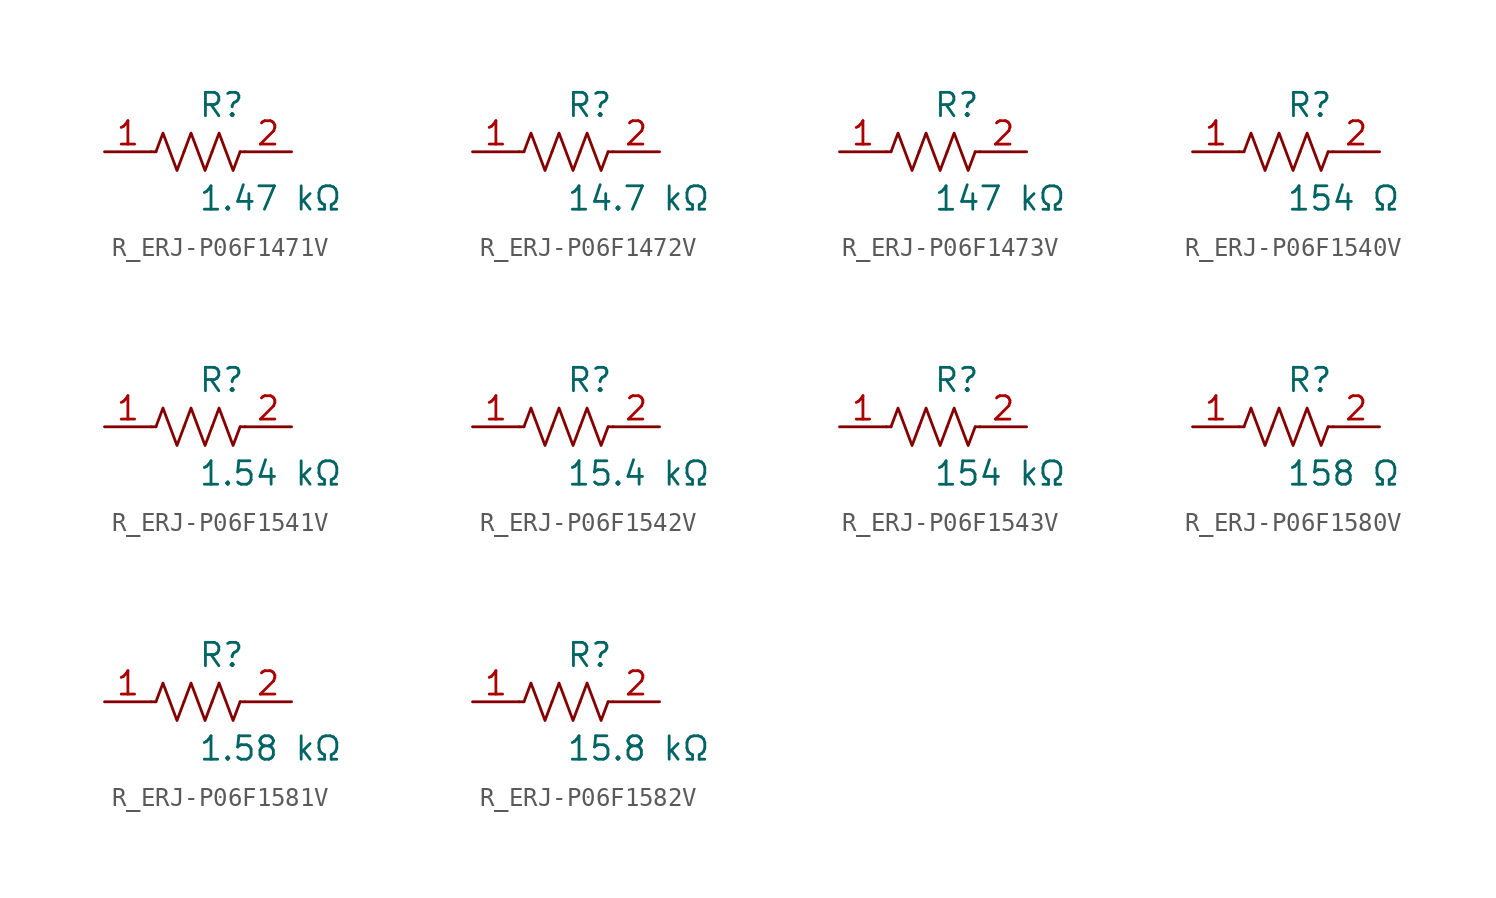
<source format=kicad_sym>
(kicad_symbol_lib
  (version 20231120)
  (generator kicad_symbol_editor)
  (generator_version 8.0)
  (symbol "R_ERJ-P06F1471V"
    (pin_names
      (offset 0.254))
    (property "Reference" "R"
      (at 0.0 2.54 0)
      (effects (font (size 1.27 1.27)) (justify left)))
    (property "Value" "1.47 kΩ"
      (at 0.0 -2.54 0)
      (effects (font (size 1.27 1.27)) (justify left)))
    (symbol "R_ERJ-P06F1471V_0_1"
      (polyline (pts (xy 2.286 0) (xy 2.54 0)) (stroke (width 0) (type default)) (fill (type none)))
      (polyline (pts (xy -2.286 0) (xy -2.54 0)) (stroke (width 0) (type default)) (fill (type none)))
      (polyline (pts (xy 0.762 0) (xy 1.143 1.016) (xy 1.524 0) (xy 1.905 -1.016) (xy 2.286 0)) (stroke (width 0) (type default)) (fill (type none)))
      (polyline (pts (xy -0.762 0) (xy -0.381 1.016) (xy 0 0) (xy 0.381 -1.016) (xy 0.762 0)) (stroke (width 0) (type default)) (fill (type none)))
      (polyline (pts (xy -2.286 0) (xy -1.905 1.016) (xy -1.524 0) (xy -1.143 -1.016) (xy -0.762 0)) (stroke (width 0) (type default)) (fill (type none))))
    (pin unspecified line
      (at -5.08 0 0)
      (length 2.54)
      (name "" (effects (font (size 1.27 1.27))))
      (number "1" (effects (font (size 1.27 1.27)))))
    (pin unspecified line
      (at 5.08 0 180)
      (length 2.54)
      (name "" (effects (font (size 1.27 1.27))))
      (number "2" (effects (font (size 1.27 1.27))))))
  (symbol "R_ERJ-P06F1472V"
    (pin_names
      (offset 0.254))
    (property "Reference" "R"
      (at 0.0 2.54 0)
      (effects (font (size 1.27 1.27)) (justify left)))
    (property "Value" "14.7 kΩ"
      (at 0.0 -2.54 0)
      (effects (font (size 1.27 1.27)) (justify left)))
    (symbol "R_ERJ-P06F1472V_0_1"
      (polyline (pts (xy 2.286 0) (xy 2.54 0)) (stroke (width 0) (type default)) (fill (type none)))
      (polyline (pts (xy -2.286 0) (xy -2.54 0)) (stroke (width 0) (type default)) (fill (type none)))
      (polyline (pts (xy 0.762 0) (xy 1.143 1.016) (xy 1.524 0) (xy 1.905 -1.016) (xy 2.286 0)) (stroke (width 0) (type default)) (fill (type none)))
      (polyline (pts (xy -0.762 0) (xy -0.381 1.016) (xy 0 0) (xy 0.381 -1.016) (xy 0.762 0)) (stroke (width 0) (type default)) (fill (type none)))
      (polyline (pts (xy -2.286 0) (xy -1.905 1.016) (xy -1.524 0) (xy -1.143 -1.016) (xy -0.762 0)) (stroke (width 0) (type default)) (fill (type none))))
    (pin unspecified line
      (at -5.08 0 0)
      (length 2.54)
      (name "" (effects (font (size 1.27 1.27))))
      (number "1" (effects (font (size 1.27 1.27)))))
    (pin unspecified line
      (at 5.08 0 180)
      (length 2.54)
      (name "" (effects (font (size 1.27 1.27))))
      (number "2" (effects (font (size 1.27 1.27))))))
  (symbol "R_ERJ-P06F1473V"
    (pin_names
      (offset 0.254))
    (property "Reference" "R"
      (at 0.0 2.54 0)
      (effects (font (size 1.27 1.27)) (justify left)))
    (property "Value" "147 kΩ"
      (at 0.0 -2.54 0)
      (effects (font (size 1.27 1.27)) (justify left)))
    (symbol "R_ERJ-P06F1473V_0_1"
      (polyline (pts (xy 2.286 0) (xy 2.54 0)) (stroke (width 0) (type default)) (fill (type none)))
      (polyline (pts (xy -2.286 0) (xy -2.54 0)) (stroke (width 0) (type default)) (fill (type none)))
      (polyline (pts (xy 0.762 0) (xy 1.143 1.016) (xy 1.524 0) (xy 1.905 -1.016) (xy 2.286 0)) (stroke (width 0) (type default)) (fill (type none)))
      (polyline (pts (xy -0.762 0) (xy -0.381 1.016) (xy 0 0) (xy 0.381 -1.016) (xy 0.762 0)) (stroke (width 0) (type default)) (fill (type none)))
      (polyline (pts (xy -2.286 0) (xy -1.905 1.016) (xy -1.524 0) (xy -1.143 -1.016) (xy -0.762 0)) (stroke (width 0) (type default)) (fill (type none))))
    (pin unspecified line
      (at -5.08 0 0)
      (length 2.54)
      (name "" (effects (font (size 1.27 1.27))))
      (number "1" (effects (font (size 1.27 1.27)))))
    (pin unspecified line
      (at 5.08 0 180)
      (length 2.54)
      (name "" (effects (font (size 1.27 1.27))))
      (number "2" (effects (font (size 1.27 1.27))))))
  (symbol "R_ERJ-P06F1540V"
    (pin_names
      (offset 0.254))
    (property "Reference" "R"
      (at 0.0 2.54 0)
      (effects (font (size 1.27 1.27)) (justify left)))
    (property "Value" "154 Ω"
      (at 0.0 -2.54 0)
      (effects (font (size 1.27 1.27)) (justify left)))
    (symbol "R_ERJ-P06F1540V_0_1"
      (polyline (pts (xy 2.286 0) (xy 2.54 0)) (stroke (width 0) (type default)) (fill (type none)))
      (polyline (pts (xy -2.286 0) (xy -2.54 0)) (stroke (width 0) (type default)) (fill (type none)))
      (polyline (pts (xy 0.762 0) (xy 1.143 1.016) (xy 1.524 0) (xy 1.905 -1.016) (xy 2.286 0)) (stroke (width 0) (type default)) (fill (type none)))
      (polyline (pts (xy -0.762 0) (xy -0.381 1.016) (xy 0 0) (xy 0.381 -1.016) (xy 0.762 0)) (stroke (width 0) (type default)) (fill (type none)))
      (polyline (pts (xy -2.286 0) (xy -1.905 1.016) (xy -1.524 0) (xy -1.143 -1.016) (xy -0.762 0)) (stroke (width 0) (type default)) (fill (type none))))
    (pin unspecified line
      (at -5.08 0 0)
      (length 2.54)
      (name "" (effects (font (size 1.27 1.27))))
      (number "1" (effects (font (size 1.27 1.27)))))
    (pin unspecified line
      (at 5.08 0 180)
      (length 2.54)
      (name "" (effects (font (size 1.27 1.27))))
      (number "2" (effects (font (size 1.27 1.27))))))
  (symbol "R_ERJ-P06F1541V"
    (pin_names
      (offset 0.254))
    (property "Reference" "R"
      (at 0.0 2.54 0)
      (effects (font (size 1.27 1.27)) (justify left)))
    (property "Value" "1.54 kΩ"
      (at 0.0 -2.54 0)
      (effects (font (size 1.27 1.27)) (justify left)))
    (symbol "R_ERJ-P06F1541V_0_1"
      (polyline (pts (xy 2.286 0) (xy 2.54 0)) (stroke (width 0) (type default)) (fill (type none)))
      (polyline (pts (xy -2.286 0) (xy -2.54 0)) (stroke (width 0) (type default)) (fill (type none)))
      (polyline (pts (xy 0.762 0) (xy 1.143 1.016) (xy 1.524 0) (xy 1.905 -1.016) (xy 2.286 0)) (stroke (width 0) (type default)) (fill (type none)))
      (polyline (pts (xy -0.762 0) (xy -0.381 1.016) (xy 0 0) (xy 0.381 -1.016) (xy 0.762 0)) (stroke (width 0) (type default)) (fill (type none)))
      (polyline (pts (xy -2.286 0) (xy -1.905 1.016) (xy -1.524 0) (xy -1.143 -1.016) (xy -0.762 0)) (stroke (width 0) (type default)) (fill (type none))))
    (pin unspecified line
      (at -5.08 0 0)
      (length 2.54)
      (name "" (effects (font (size 1.27 1.27))))
      (number "1" (effects (font (size 1.27 1.27)))))
    (pin unspecified line
      (at 5.08 0 180)
      (length 2.54)
      (name "" (effects (font (size 1.27 1.27))))
      (number "2" (effects (font (size 1.27 1.27))))))
  (symbol "R_ERJ-P06F1542V"
    (pin_names
      (offset 0.254))
    (property "Reference" "R"
      (at 0.0 2.54 0)
      (effects (font (size 1.27 1.27)) (justify left)))
    (property "Value" "15.4 kΩ"
      (at 0.0 -2.54 0)
      (effects (font (size 1.27 1.27)) (justify left)))
    (symbol "R_ERJ-P06F1542V_0_1"
      (polyline (pts (xy 2.286 0) (xy 2.54 0)) (stroke (width 0) (type default)) (fill (type none)))
      (polyline (pts (xy -2.286 0) (xy -2.54 0)) (stroke (width 0) (type default)) (fill (type none)))
      (polyline (pts (xy 0.762 0) (xy 1.143 1.016) (xy 1.524 0) (xy 1.905 -1.016) (xy 2.286 0)) (stroke (width 0) (type default)) (fill (type none)))
      (polyline (pts (xy -0.762 0) (xy -0.381 1.016) (xy 0 0) (xy 0.381 -1.016) (xy 0.762 0)) (stroke (width 0) (type default)) (fill (type none)))
      (polyline (pts (xy -2.286 0) (xy -1.905 1.016) (xy -1.524 0) (xy -1.143 -1.016) (xy -0.762 0)) (stroke (width 0) (type default)) (fill (type none))))
    (pin unspecified line
      (at -5.08 0 0)
      (length 2.54)
      (name "" (effects (font (size 1.27 1.27))))
      (number "1" (effects (font (size 1.27 1.27)))))
    (pin unspecified line
      (at 5.08 0 180)
      (length 2.54)
      (name "" (effects (font (size 1.27 1.27))))
      (number "2" (effects (font (size 1.27 1.27))))))
  (symbol "R_ERJ-P06F1543V"
    (pin_names
      (offset 0.254))
    (property "Reference" "R"
      (at 0.0 2.54 0)
      (effects (font (size 1.27 1.27)) (justify left)))
    (property "Value" "154 kΩ"
      (at 0.0 -2.54 0)
      (effects (font (size 1.27 1.27)) (justify left)))
    (symbol "R_ERJ-P06F1543V_0_1"
      (polyline (pts (xy 2.286 0) (xy 2.54 0)) (stroke (width 0) (type default)) (fill (type none)))
      (polyline (pts (xy -2.286 0) (xy -2.54 0)) (stroke (width 0) (type default)) (fill (type none)))
      (polyline (pts (xy 0.762 0) (xy 1.143 1.016) (xy 1.524 0) (xy 1.905 -1.016) (xy 2.286 0)) (stroke (width 0) (type default)) (fill (type none)))
      (polyline (pts (xy -0.762 0) (xy -0.381 1.016) (xy 0 0) (xy 0.381 -1.016) (xy 0.762 0)) (stroke (width 0) (type default)) (fill (type none)))
      (polyline (pts (xy -2.286 0) (xy -1.905 1.016) (xy -1.524 0) (xy -1.143 -1.016) (xy -0.762 0)) (stroke (width 0) (type default)) (fill (type none))))
    (pin unspecified line
      (at -5.08 0 0)
      (length 2.54)
      (name "" (effects (font (size 1.27 1.27))))
      (number "1" (effects (font (size 1.27 1.27)))))
    (pin unspecified line
      (at 5.08 0 180)
      (length 2.54)
      (name "" (effects (font (size 1.27 1.27))))
      (number "2" (effects (font (size 1.27 1.27))))))
  (symbol "R_ERJ-P06F1580V"
    (pin_names
      (offset 0.254))
    (property "Reference" "R"
      (at 0.0 2.54 0)
      (effects (font (size 1.27 1.27)) (justify left)))
    (property "Value" "158 Ω"
      (at 0.0 -2.54 0)
      (effects (font (size 1.27 1.27)) (justify left)))
    (symbol "R_ERJ-P06F1580V_0_1"
      (polyline (pts (xy 2.286 0) (xy 2.54 0)) (stroke (width 0) (type default)) (fill (type none)))
      (polyline (pts (xy -2.286 0) (xy -2.54 0)) (stroke (width 0) (type default)) (fill (type none)))
      (polyline (pts (xy 0.762 0) (xy 1.143 1.016) (xy 1.524 0) (xy 1.905 -1.016) (xy 2.286 0)) (stroke (width 0) (type default)) (fill (type none)))
      (polyline (pts (xy -0.762 0) (xy -0.381 1.016) (xy 0 0) (xy 0.381 -1.016) (xy 0.762 0)) (stroke (width 0) (type default)) (fill (type none)))
      (polyline (pts (xy -2.286 0) (xy -1.905 1.016) (xy -1.524 0) (xy -1.143 -1.016) (xy -0.762 0)) (stroke (width 0) (type default)) (fill (type none))))
    (pin unspecified line
      (at -5.08 0 0)
      (length 2.54)
      (name "" (effects (font (size 1.27 1.27))))
      (number "1" (effects (font (size 1.27 1.27)))))
    (pin unspecified line
      (at 5.08 0 180)
      (length 2.54)
      (name "" (effects (font (size 1.27 1.27))))
      (number "2" (effects (font (size 1.27 1.27))))))
  (symbol "R_ERJ-P06F1581V"
    (pin_names
      (offset 0.254))
    (property "Reference" "R"
      (at 0.0 2.54 0)
      (effects (font (size 1.27 1.27)) (justify left)))
    (property "Value" "1.58 kΩ"
      (at 0.0 -2.54 0)
      (effects (font (size 1.27 1.27)) (justify left)))
    (symbol "R_ERJ-P06F1581V_0_1"
      (polyline (pts (xy 2.286 0) (xy 2.54 0)) (stroke (width 0) (type default)) (fill (type none)))
      (polyline (pts (xy -2.286 0) (xy -2.54 0)) (stroke (width 0) (type default)) (fill (type none)))
      (polyline (pts (xy 0.762 0) (xy 1.143 1.016) (xy 1.524 0) (xy 1.905 -1.016) (xy 2.286 0)) (stroke (width 0) (type default)) (fill (type none)))
      (polyline (pts (xy -0.762 0) (xy -0.381 1.016) (xy 0 0) (xy 0.381 -1.016) (xy 0.762 0)) (stroke (width 0) (type default)) (fill (type none)))
      (polyline (pts (xy -2.286 0) (xy -1.905 1.016) (xy -1.524 0) (xy -1.143 -1.016) (xy -0.762 0)) (stroke (width 0) (type default)) (fill (type none))))
    (pin unspecified line
      (at -5.08 0 0)
      (length 2.54)
      (name "" (effects (font (size 1.27 1.27))))
      (number "1" (effects (font (size 1.27 1.27)))))
    (pin unspecified line
      (at 5.08 0 180)
      (length 2.54)
      (name "" (effects (font (size 1.27 1.27))))
      (number "2" (effects (font (size 1.27 1.27))))))
  (symbol "R_ERJ-P06F1582V"
    (pin_names
      (offset 0.254))
    (property "Reference" "R"
      (at 0.0 2.54 0)
      (effects (font (size 1.27 1.27)) (justify left)))
    (property "Value" "15.8 kΩ"
      (at 0.0 -2.54 0)
      (effects (font (size 1.27 1.27)) (justify left)))
    (symbol "R_ERJ-P06F1582V_0_1"
      (polyline (pts (xy 2.286 0) (xy 2.54 0)) (stroke (width 0) (type default)) (fill (type none)))
      (polyline (pts (xy -2.286 0) (xy -2.54 0)) (stroke (width 0) (type default)) (fill (type none)))
      (polyline (pts (xy 0.762 0) (xy 1.143 1.016) (xy 1.524 0) (xy 1.905 -1.016) (xy 2.286 0)) (stroke (width 0) (type default)) (fill (type none)))
      (polyline (pts (xy -0.762 0) (xy -0.381 1.016) (xy 0 0) (xy 0.381 -1.016) (xy 0.762 0)) (stroke (width 0) (type default)) (fill (type none)))
      (polyline (pts (xy -2.286 0) (xy -1.905 1.016) (xy -1.524 0) (xy -1.143 -1.016) (xy -0.762 0)) (stroke (width 0) (type default)) (fill (type none))))
    (pin unspecified line
      (at -5.08 0 0)
      (length 2.54)
      (name "" (effects (font (size 1.27 1.27))))
      (number "1" (effects (font (size 1.27 1.27)))))
    (pin unspecified line
      (at 5.08 0 180)
      (length 2.54)
      (name "" (effects (font (size 1.27 1.27))))
      (number "2" (effects (font (size 1.27 1.27)))))))
</source>
